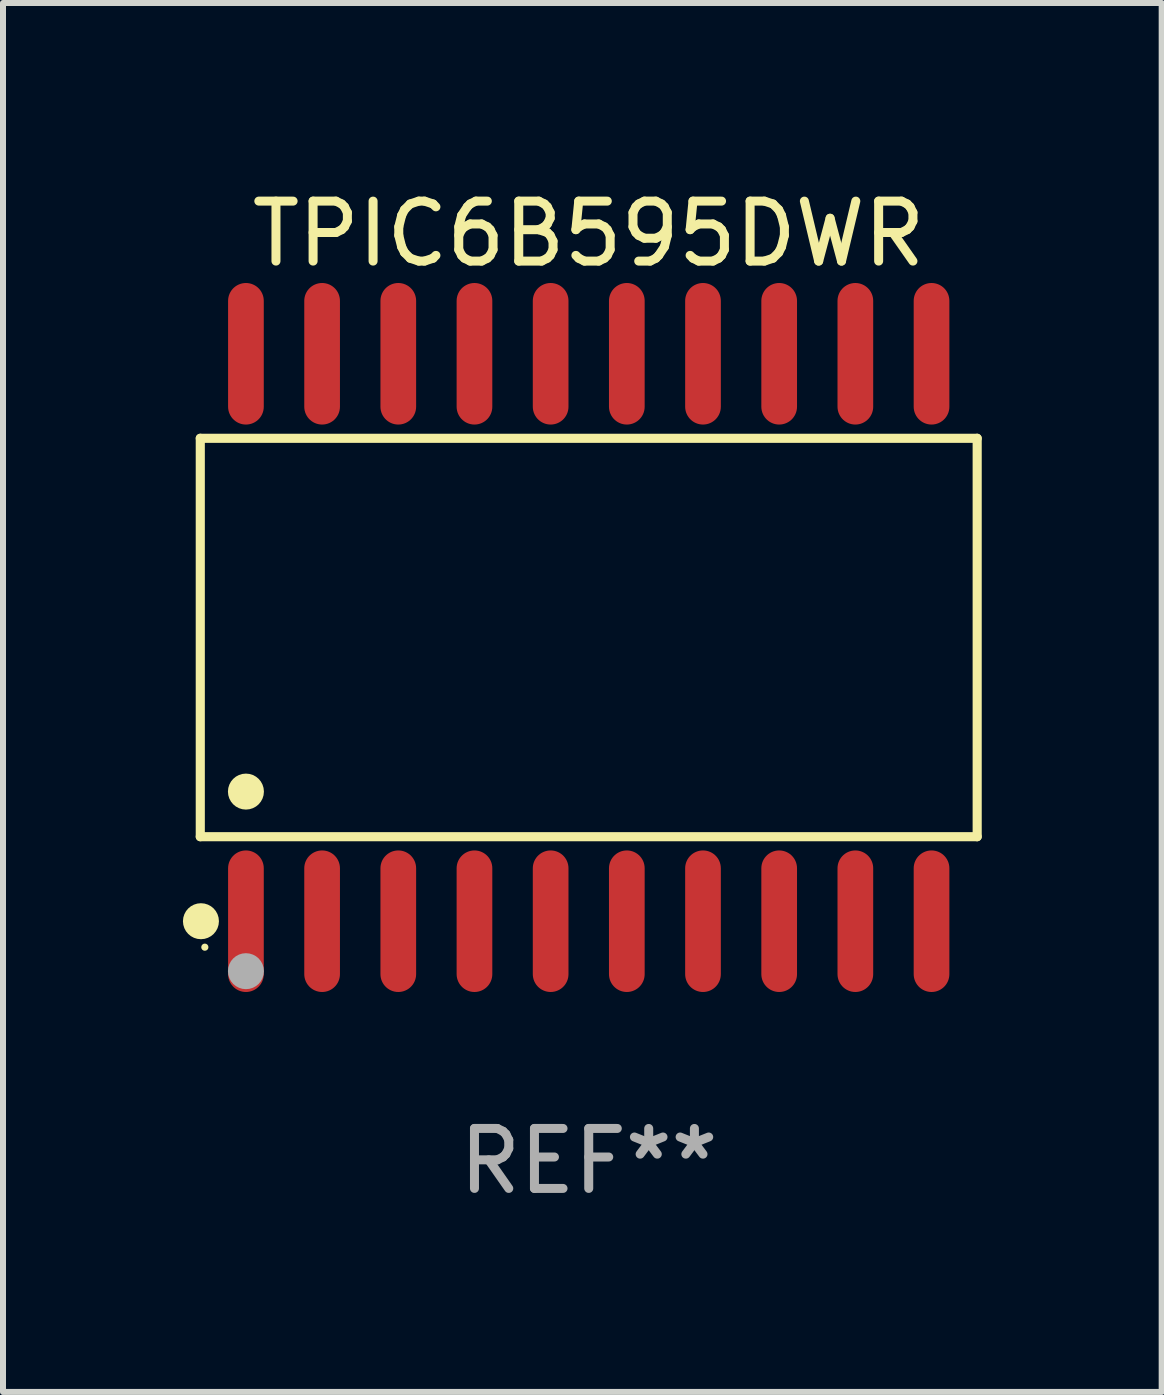
<source format=kicad_pcb>
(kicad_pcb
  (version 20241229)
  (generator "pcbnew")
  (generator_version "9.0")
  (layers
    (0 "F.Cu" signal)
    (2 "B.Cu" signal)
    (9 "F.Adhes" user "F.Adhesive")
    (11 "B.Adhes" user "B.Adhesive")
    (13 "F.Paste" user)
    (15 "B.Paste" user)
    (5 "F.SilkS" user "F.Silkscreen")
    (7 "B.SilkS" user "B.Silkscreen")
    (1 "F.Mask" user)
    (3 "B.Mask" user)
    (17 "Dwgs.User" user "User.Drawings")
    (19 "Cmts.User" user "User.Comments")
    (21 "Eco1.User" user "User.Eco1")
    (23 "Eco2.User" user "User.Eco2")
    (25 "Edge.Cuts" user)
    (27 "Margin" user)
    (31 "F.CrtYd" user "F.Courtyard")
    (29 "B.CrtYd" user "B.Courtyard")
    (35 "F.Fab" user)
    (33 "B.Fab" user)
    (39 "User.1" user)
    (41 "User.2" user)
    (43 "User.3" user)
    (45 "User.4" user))
  (footprint "TPIC6B595DWR"
    (layer "F.Cu")
    (at 6.765 7.578)
    (property "Reference" "TPIC6B595DWR" (at 0 -6.73 0) (layer "F.SilkS") (effects (font (size 1 1) (thickness 0.15))))
    (attr through_hole)
    (fp_line (start -6.476 -3.321) (end 6.476 -3.321) (stroke (width 0.152) (type solid)) (layer "F.SilkS"))
    (fp_line (start -6.476 3.321) (end -6.476 -3.321) (stroke (width 0.152) (type solid)) (layer "F.SilkS"))
    (fp_line (start 6.476 -3.321) (end 6.476 3.321) (stroke (width 0.152) (type solid)) (layer "F.SilkS"))
    (fp_line (start 6.476 3.321) (end -6.476 3.321) (stroke (width 0.152) (type solid)) (layer "F.SilkS"))
    (fp_circle (center -6.465 4.73) (end -6.315 4.73) (stroke (width 0.3) (type solid)) (fill no) (layer "F.SilkS"))
    (fp_circle (center -6.4 5.163) (end -6.37 5.163) (stroke (width 0.06) (type solid)) (fill no) (layer "F.SilkS"))
    (fp_circle (center -5.715 2.569) (end -5.565 2.569) (stroke (width 0.3) (type solid)) (fill no) (layer "F.SilkS"))
    (fp_circle (center -5.715 5.563) (end -5.565 5.563) (stroke (width 0.3) (type solid)) (fill no) (layer "F.Fab"))
    (fp_text user "REF**" (at 0 8.73 0) (layer "F.Fab") (effects (font (size 1 1) (thickness 0.15))))
    (pad "1" smd oval (at -5.715 4.73) (size 0.595 2.36) (layers "F.Cu" "F.Mask" "F.Paste"))
    (pad "2" smd oval (at -4.445 4.73) (size 0.595 2.36) (layers "F.Cu" "F.Mask" "F.Paste"))
    (pad "3" smd oval (at -3.175 4.73) (size 0.595 2.36) (layers "F.Cu" "F.Mask" "F.Paste"))
    (pad "4" smd oval (at -1.905 4.73) (size 0.595 2.36) (layers "F.Cu" "F.Mask" "F.Paste"))
    (pad "5" smd oval (at -0.635 4.73) (size 0.595 2.36) (layers "F.Cu" "F.Mask" "F.Paste"))
    (pad "6" smd oval (at 0.635 4.73) (size 0.595 2.36) (layers "F.Cu" "F.Mask" "F.Paste"))
    (pad "7" smd oval (at 1.905 4.73) (size 0.595 2.36) (layers "F.Cu" "F.Mask" "F.Paste"))
    (pad "8" smd oval (at 3.175 4.73) (size 0.595 2.36) (layers "F.Cu" "F.Mask" "F.Paste"))
    (pad "9" smd oval (at 4.445 4.73) (size 0.595 2.36) (layers "F.Cu" "F.Mask" "F.Paste"))
    (pad "10" smd oval (at 5.715 4.73) (size 0.595 2.36) (layers "F.Cu" "F.Mask" "F.Paste"))
    (pad "11" smd oval (at 5.715 -4.73) (size 0.595 2.36) (layers "F.Cu" "F.Mask" "F.Paste"))
    (pad "12" smd oval (at 4.445 -4.73) (size 0.595 2.36) (layers "F.Cu" "F.Mask" "F.Paste"))
    (pad "13" smd oval (at 3.175 -4.73) (size 0.595 2.36) (layers "F.Cu" "F.Mask" "F.Paste"))
    (pad "14" smd oval (at 1.905 -4.73) (size 0.595 2.36) (layers "F.Cu" "F.Mask" "F.Paste"))
    (pad "15" smd oval (at 0.635 -4.73) (size 0.595 2.36) (layers "F.Cu" "F.Mask" "F.Paste"))
    (pad "16" smd oval (at -0.635 -4.73) (size 0.595 2.36) (layers "F.Cu" "F.Mask" "F.Paste"))
    (pad "17" smd oval (at -1.905 -4.73) (size 0.595 2.36) (layers "F.Cu" "F.Mask" "F.Paste"))
    (pad "18" smd oval (at -3.175 -4.73) (size 0.595 2.36) (layers "F.Cu" "F.Mask" "F.Paste"))
    (pad "19" smd oval (at -4.445 -4.73) (size 0.595 2.36) (layers "F.Cu" "F.Mask" "F.Paste"))
    (pad "20" smd oval (at -5.715 -4.73) (size 0.595 2.36) (layers "F.Cu" "F.Mask" "F.Paste")))
  (gr_rect
    (start -3 -3)
    (end 16.317 20.156)
    (stroke (width 0.1) (type default))
    (fill no)
    (layer "Edge.Cuts")))
</source>
